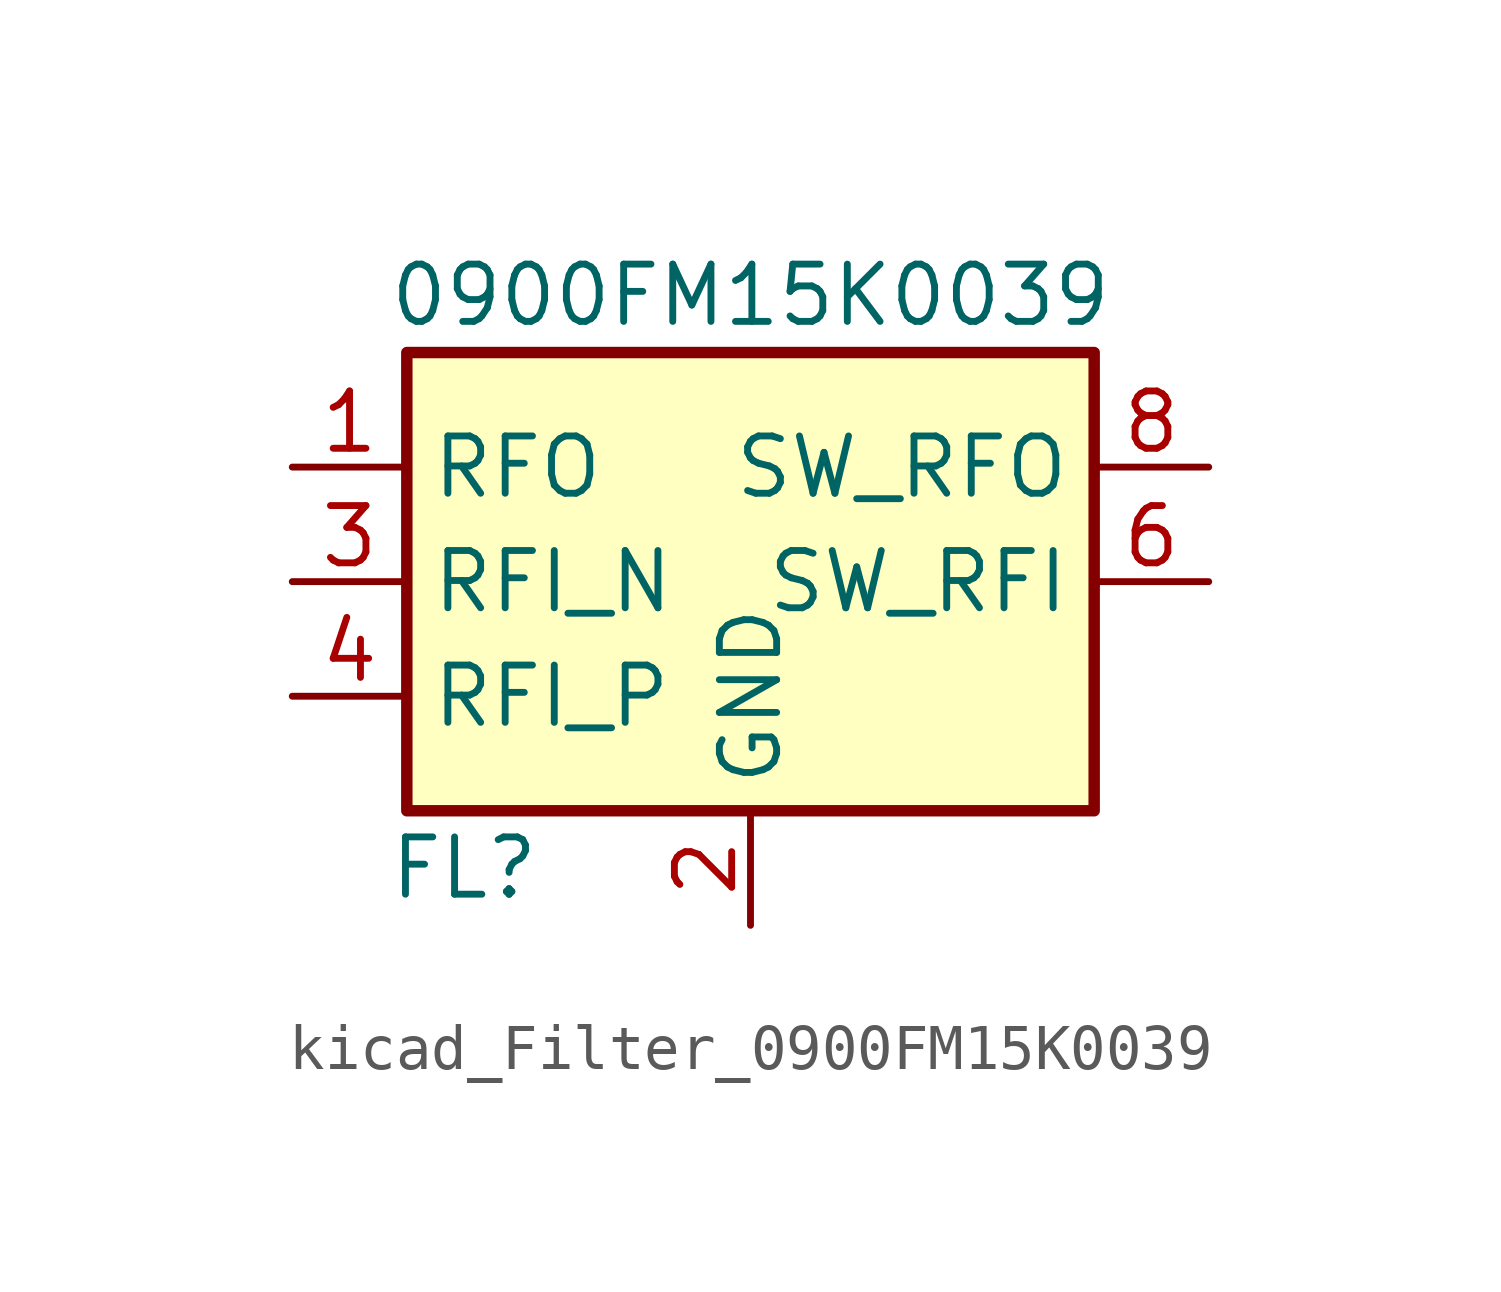
<source format=kicad_sym>
(kicad_symbol_lib
  (version 20220914)
  (generator kicad_symbol_editor)
  (symbol "kicad_Filter_0900FM15K0039"
    (property "Reference" "FL"
      (at -6.35 -6.35 0)
      (effects (font (size 1.27 1.27))))
    (property "Value" "0900FM15K0039"
      (at 0 6.35 0)
      (effects (font (size 1.27 1.27))))
    (symbol "kicad_Filter_0900FM15K0039_0_0"
      (pin passive line (at -10.16 2.54 0) (length 2.54) (name "RFO" (effects (font (size 1.27 1.27)))) (number "1" (effects (font (size 1.27 1.27)))))
      (pin passive line (at 0 -7.62 90) (length 2.54) hide (name "GND" (effects (font (size 1.27 1.27)))) (number "10" (effects (font (size 1.27 1.27)))))
      (pin power_in line (at 0 -7.62 90) (length 2.54) (name "GND" (effects (font (size 1.27 1.27)))) (number "2" (effects (font (size 1.27 1.27)))))
      (pin passive line (at -10.16 0 0) (length 2.54) (name "RFI_N" (effects (font (size 1.27 1.27)))) (number "3" (effects (font (size 1.27 1.27)))))
      (pin passive line (at -10.16 -2.54 0) (length 2.54) (name "RFI_P" (effects (font (size 1.27 1.27)))) (number "4" (effects (font (size 1.27 1.27)))))
      (pin passive line (at 0 -7.62 90) (length 2.54) hide (name "GND" (effects (font (size 1.27 1.27)))) (number "5" (effects (font (size 1.27 1.27)))))
      (pin passive line (at 10.16 0 180) (length 2.54) (name "SW_RFI" (effects (font (size 1.27 1.27)))) (number "6" (effects (font (size 1.27 1.27)))))
      (pin passive line (at 0 -7.62 90) (length 2.54) hide (name "GND" (effects (font (size 1.27 1.27)))) (number "7" (effects (font (size 1.27 1.27)))))
      (pin passive line (at 10.16 2.54 180) (length 2.54) (name "SW_RFO" (effects (font (size 1.27 1.27)))) (number "8" (effects (font (size 1.27 1.27)))))
      (pin passive line (at 0 -7.62 90) (length 2.54) hide (name "GND" (effects (font (size 1.27 1.27)))) (number "9" (effects (font (size 1.27 1.27))))))
    (symbol "kicad_Filter_0900FM15K0039_0_1"
      (rectangle (start -7.62 5.08) (end 7.62 -5.08) (stroke (width 0.254) (type default)) (fill (type background))))))
</source>
